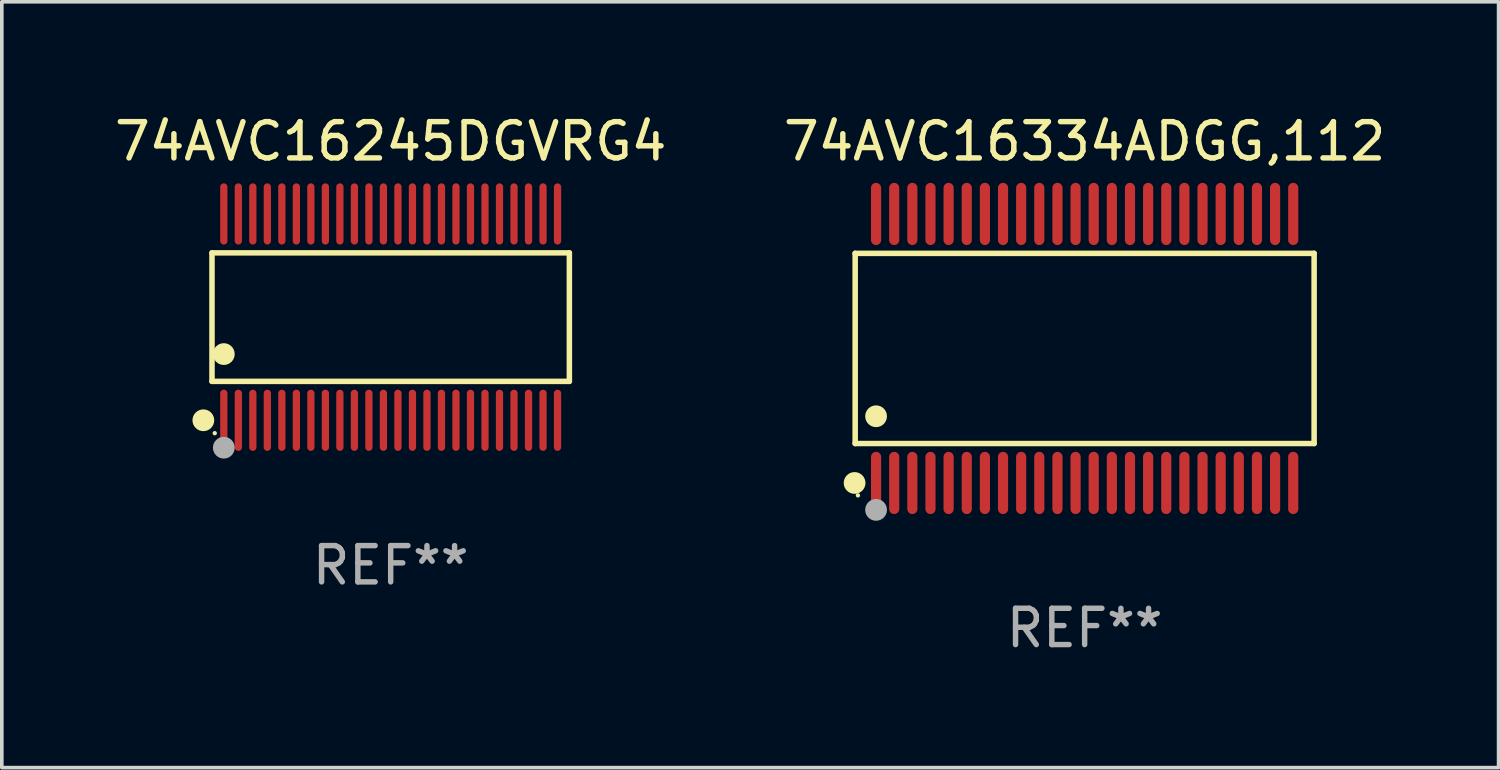
<source format=kicad_pcb>
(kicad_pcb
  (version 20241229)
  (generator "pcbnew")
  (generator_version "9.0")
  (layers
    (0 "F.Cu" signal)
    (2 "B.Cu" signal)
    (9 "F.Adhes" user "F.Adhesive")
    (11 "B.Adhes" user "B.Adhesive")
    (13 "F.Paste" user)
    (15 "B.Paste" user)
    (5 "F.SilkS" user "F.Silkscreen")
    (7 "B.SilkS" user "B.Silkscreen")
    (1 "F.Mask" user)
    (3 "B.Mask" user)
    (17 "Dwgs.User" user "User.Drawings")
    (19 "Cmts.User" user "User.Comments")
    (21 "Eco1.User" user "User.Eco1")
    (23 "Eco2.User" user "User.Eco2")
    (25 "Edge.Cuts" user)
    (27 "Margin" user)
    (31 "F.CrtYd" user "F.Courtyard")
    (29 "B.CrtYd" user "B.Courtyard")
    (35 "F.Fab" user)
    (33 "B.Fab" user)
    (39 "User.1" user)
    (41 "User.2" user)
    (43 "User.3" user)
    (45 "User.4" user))
  (footprint "74AVC16334ADGG,112"
    (layer "F.Cu")
    (at 26.851 6.556)
    (property "Reference" "74AVC16334ADGG,112" (at 0 -5.708 0) (layer "F.SilkS") (effects (font (size 1 1) (thickness 0.15))))
    (attr through_hole)
    (fp_line (start -6.326 -2.622) (end 6.326 -2.622) (stroke (width 0.152) (type solid)) (layer "F.SilkS"))
    (fp_line (start -6.326 2.621) (end -6.326 -2.622) (stroke (width 0.152) (type solid)) (layer "F.SilkS"))
    (fp_line (start 6.326 -2.622) (end 6.326 2.621) (stroke (width 0.152) (type solid)) (layer "F.SilkS"))
    (fp_line (start 6.326 2.621) (end -6.326 2.621) (stroke (width 0.152) (type solid)) (layer "F.SilkS"))
    (fp_circle (center -6.342 3.708) (end -6.192 3.708) (stroke (width 0.3) (type solid)) (fill no) (layer "F.SilkS"))
    (fp_circle (center -6.25 4.05) (end -6.22 4.05) (stroke (width 0.06) (type solid)) (fill no) (layer "F.SilkS"))
    (fp_circle (center -5.75 1.869) (end -5.6 1.869) (stroke (width 0.3) (type solid)) (fill no) (layer "F.SilkS"))
    (fp_circle (center -5.75 4.45) (end -5.6 4.45) (stroke (width 0.3) (type solid)) (fill no) (layer "F.Fab"))
    (fp_text user "REF**" (at 0 7.708 0) (layer "F.Fab") (effects (font (size 1 1) (thickness 0.15))))
    (pad "1" smd oval (at -5.75 3.708) (size 0.28 1.715) (layers "F.Cu" "F.Mask" "F.Paste"))
    (pad "2" smd oval (at -5.25 3.708) (size 0.28 1.715) (layers "F.Cu" "F.Mask" "F.Paste"))
    (pad "3" smd oval (at -4.75 3.708) (size 0.28 1.715) (layers "F.Cu" "F.Mask" "F.Paste"))
    (pad "4" smd oval (at -4.25 3.708) (size 0.28 1.715) (layers "F.Cu" "F.Mask" "F.Paste"))
    (pad "5" smd oval (at -3.75 3.708) (size 0.28 1.715) (layers "F.Cu" "F.Mask" "F.Paste"))
    (pad "6" smd oval (at -3.25 3.708) (size 0.28 1.715) (layers "F.Cu" "F.Mask" "F.Paste"))
    (pad "7" smd oval (at -2.75 3.708) (size 0.28 1.715) (layers "F.Cu" "F.Mask" "F.Paste"))
    (pad "8" smd oval (at -2.25 3.708) (size 0.28 1.715) (layers "F.Cu" "F.Mask" "F.Paste"))
    (pad "9" smd oval (at -1.75 3.708) (size 0.28 1.715) (layers "F.Cu" "F.Mask" "F.Paste"))
    (pad "10" smd oval (at -1.25 3.708) (size 0.28 1.715) (layers "F.Cu" "F.Mask" "F.Paste"))
    (pad "11" smd oval (at -0.75 3.708) (size 0.28 1.715) (layers "F.Cu" "F.Mask" "F.Paste"))
    (pad "12" smd oval (at -0.25 3.708) (size 0.28 1.715) (layers "F.Cu" "F.Mask" "F.Paste"))
    (pad "13" smd oval (at 0.25 3.708) (size 0.28 1.715) (layers "F.Cu" "F.Mask" "F.Paste"))
    (pad "14" smd oval (at 0.75 3.708) (size 0.28 1.715) (layers "F.Cu" "F.Mask" "F.Paste"))
    (pad "15" smd oval (at 1.25 3.708) (size 0.28 1.715) (layers "F.Cu" "F.Mask" "F.Paste"))
    (pad "16" smd oval (at 1.75 3.708) (size 0.28 1.715) (layers "F.Cu" "F.Mask" "F.Paste"))
    (pad "17" smd oval (at 2.25 3.708) (size 0.28 1.715) (layers "F.Cu" "F.Mask" "F.Paste"))
    (pad "18" smd oval (at 2.75 3.708) (size 0.28 1.715) (layers "F.Cu" "F.Mask" "F.Paste"))
    (pad "19" smd oval (at 3.25 3.708) (size 0.28 1.715) (layers "F.Cu" "F.Mask" "F.Paste"))
    (pad "20" smd oval (at 3.75 3.708) (size 0.28 1.715) (layers "F.Cu" "F.Mask" "F.Paste"))
    (pad "21" smd oval (at 4.25 3.708) (size 0.28 1.715) (layers "F.Cu" "F.Mask" "F.Paste"))
    (pad "22" smd oval (at 4.75 3.708) (size 0.28 1.715) (layers "F.Cu" "F.Mask" "F.Paste"))
    (pad "23" smd oval (at 5.25 3.708) (size 0.28 1.715) (layers "F.Cu" "F.Mask" "F.Paste"))
    (pad "24" smd oval (at 5.75 3.708) (size 0.28 1.715) (layers "F.Cu" "F.Mask" "F.Paste"))
    (pad "25" smd oval (at 5.75 -3.708) (size 0.28 1.715) (layers "F.Cu" "F.Mask" "F.Paste"))
    (pad "26" smd oval (at 5.25 -3.708) (size 0.28 1.715) (layers "F.Cu" "F.Mask" "F.Paste"))
    (pad "27" smd oval (at 4.75 -3.708) (size 0.28 1.715) (layers "F.Cu" "F.Mask" "F.Paste"))
    (pad "28" smd oval (at 4.25 -3.708) (size 0.28 1.715) (layers "F.Cu" "F.Mask" "F.Paste"))
    (pad "29" smd oval (at 3.75 -3.708) (size 0.28 1.715) (layers "F.Cu" "F.Mask" "F.Paste"))
    (pad "30" smd oval (at 3.25 -3.708) (size 0.28 1.715) (layers "F.Cu" "F.Mask" "F.Paste"))
    (pad "31" smd oval (at 2.75 -3.708) (size 0.28 1.715) (layers "F.Cu" "F.Mask" "F.Paste"))
    (pad "32" smd oval (at 2.25 -3.708) (size 0.28 1.715) (layers "F.Cu" "F.Mask" "F.Paste"))
    (pad "33" smd oval (at 1.75 -3.708) (size 0.28 1.715) (layers "F.Cu" "F.Mask" "F.Paste"))
    (pad "34" smd oval (at 1.25 -3.708) (size 0.28 1.715) (layers "F.Cu" "F.Mask" "F.Paste"))
    (pad "35" smd oval (at 0.75 -3.708) (size 0.28 1.715) (layers "F.Cu" "F.Mask" "F.Paste"))
    (pad "36" smd oval (at 0.25 -3.708) (size 0.28 1.715) (layers "F.Cu" "F.Mask" "F.Paste"))
    (pad "37" smd oval (at -0.25 -3.708) (size 0.28 1.715) (layers "F.Cu" "F.Mask" "F.Paste"))
    (pad "38" smd oval (at -0.75 -3.708) (size 0.28 1.715) (layers "F.Cu" "F.Mask" "F.Paste"))
    (pad "39" smd oval (at -1.25 -3.708) (size 0.28 1.715) (layers "F.Cu" "F.Mask" "F.Paste"))
    (pad "40" smd oval (at -1.75 -3.708) (size 0.28 1.715) (layers "F.Cu" "F.Mask" "F.Paste"))
    (pad "41" smd oval (at -2.25 -3.708) (size 0.28 1.715) (layers "F.Cu" "F.Mask" "F.Paste"))
    (pad "42" smd oval (at -2.75 -3.708) (size 0.28 1.715) (layers "F.Cu" "F.Mask" "F.Paste"))
    (pad "43" smd oval (at -3.25 -3.708) (size 0.28 1.715) (layers "F.Cu" "F.Mask" "F.Paste"))
    (pad "44" smd oval (at -3.75 -3.708) (size 0.28 1.715) (layers "F.Cu" "F.Mask" "F.Paste"))
    (pad "45" smd oval (at -4.25 -3.708) (size 0.28 1.715) (layers "F.Cu" "F.Mask" "F.Paste"))
    (pad "46" smd oval (at -4.75 -3.708) (size 0.28 1.715) (layers "F.Cu" "F.Mask" "F.Paste"))
    (pad "47" smd oval (at -5.25 -3.708) (size 0.28 1.715) (layers "F.Cu" "F.Mask" "F.Paste"))
    (pad "48" smd oval (at -5.75 -3.708) (size 0.28 1.715) (layers "F.Cu" "F.Mask" "F.Paste")))
  (footprint "74AVC16245DGVRG4"
    (layer "F.Cu")
    (at 7.72 5.692)
    (property "Reference" "74AVC16245DGVRG4" (at 0 -4.844 0) (layer "F.SilkS") (effects (font (size 1 1) (thickness 0.15))))
    (attr through_hole)
    (fp_line (start -4.926 -1.771) (end 4.926 -1.771) (stroke (width 0.152) (type solid)) (layer "F.SilkS"))
    (fp_line (start -4.926 1.771) (end -4.926 -1.771) (stroke (width 0.152) (type solid)) (layer "F.SilkS"))
    (fp_line (start 4.926 -1.771) (end 4.926 1.771) (stroke (width 0.152) (type solid)) (layer "F.SilkS"))
    (fp_line (start 4.926 1.771) (end -4.926 1.771) (stroke (width 0.152) (type solid)) (layer "F.SilkS"))
    (fp_circle (center -5.164 2.844) (end -5.014 2.844) (stroke (width 0.3) (type solid)) (fill no) (layer "F.SilkS"))
    (fp_circle (center -4.85 3.2) (end -4.82 3.2) (stroke (width 0.06) (type solid)) (fill no) (layer "F.SilkS"))
    (fp_circle (center -4.6 1.019) (end -4.45 1.019) (stroke (width 0.3) (type solid)) (fill no) (layer "F.SilkS"))
    (fp_circle (center -4.6 3.6) (end -4.45 3.6) (stroke (width 0.3) (type solid)) (fill no) (layer "F.Fab"))
    (fp_text user "REF**" (at 0 6.844 0) (layer "F.Fab") (effects (font (size 1 1) (thickness 0.15))))
    (pad "1" smd oval (at -4.6 2.844) (size 0.2 1.687) (layers "F.Cu" "F.Mask" "F.Paste"))
    (pad "2" smd oval (at -4.2 2.844) (size 0.2 1.687) (layers "F.Cu" "F.Mask" "F.Paste"))
    (pad "3" smd oval (at -3.8 2.844) (size 0.2 1.687) (layers "F.Cu" "F.Mask" "F.Paste"))
    (pad "4" smd oval (at -3.4 2.844) (size 0.2 1.687) (layers "F.Cu" "F.Mask" "F.Paste"))
    (pad "5" smd oval (at -3 2.844) (size 0.2 1.687) (layers "F.Cu" "F.Mask" "F.Paste"))
    (pad "6" smd oval (at -2.6 2.844) (size 0.2 1.687) (layers "F.Cu" "F.Mask" "F.Paste"))
    (pad "7" smd oval (at -2.2 2.844) (size 0.2 1.687) (layers "F.Cu" "F.Mask" "F.Paste"))
    (pad "8" smd oval (at -1.8 2.844) (size 0.2 1.687) (layers "F.Cu" "F.Mask" "F.Paste"))
    (pad "9" smd oval (at -1.4 2.844) (size 0.2 1.687) (layers "F.Cu" "F.Mask" "F.Paste"))
    (pad "10" smd oval (at -1 2.844) (size 0.2 1.687) (layers "F.Cu" "F.Mask" "F.Paste"))
    (pad "11" smd oval (at -0.6 2.844) (size 0.2 1.687) (layers "F.Cu" "F.Mask" "F.Paste"))
    (pad "12" smd oval (at -0.2 2.844) (size 0.2 1.687) (layers "F.Cu" "F.Mask" "F.Paste"))
    (pad "13" smd oval (at 0.2 2.844) (size 0.2 1.687) (layers "F.Cu" "F.Mask" "F.Paste"))
    (pad "14" smd oval (at 0.6 2.844) (size 0.2 1.687) (layers "F.Cu" "F.Mask" "F.Paste"))
    (pad "15" smd oval (at 1 2.844) (size 0.2 1.687) (layers "F.Cu" "F.Mask" "F.Paste"))
    (pad "16" smd oval (at 1.4 2.844) (size 0.2 1.687) (layers "F.Cu" "F.Mask" "F.Paste"))
    (pad "17" smd oval (at 1.8 2.844) (size 0.2 1.687) (layers "F.Cu" "F.Mask" "F.Paste"))
    (pad "18" smd oval (at 2.2 2.844) (size 0.2 1.687) (layers "F.Cu" "F.Mask" "F.Paste"))
    (pad "19" smd oval (at 2.6 2.844) (size 0.2 1.687) (layers "F.Cu" "F.Mask" "F.Paste"))
    (pad "20" smd oval (at 3 2.844) (size 0.2 1.687) (layers "F.Cu" "F.Mask" "F.Paste"))
    (pad "21" smd oval (at 3.4 2.844) (size 0.2 1.687) (layers "F.Cu" "F.Mask" "F.Paste"))
    (pad "22" smd oval (at 3.8 2.844) (size 0.2 1.687) (layers "F.Cu" "F.Mask" "F.Paste"))
    (pad "23" smd oval (at 4.2 2.844) (size 0.2 1.687) (layers "F.Cu" "F.Mask" "F.Paste"))
    (pad "24" smd oval (at 4.6 2.844) (size 0.2 1.687) (layers "F.Cu" "F.Mask" "F.Paste"))
    (pad "25" smd oval (at 4.6 -2.844) (size 0.2 1.687) (layers "F.Cu" "F.Mask" "F.Paste"))
    (pad "26" smd oval (at 4.2 -2.844) (size 0.2 1.687) (layers "F.Cu" "F.Mask" "F.Paste"))
    (pad "27" smd oval (at 3.8 -2.844) (size 0.2 1.687) (layers "F.Cu" "F.Mask" "F.Paste"))
    (pad "28" smd oval (at 3.4 -2.844) (size 0.2 1.687) (layers "F.Cu" "F.Mask" "F.Paste"))
    (pad "29" smd oval (at 3 -2.844) (size 0.2 1.687) (layers "F.Cu" "F.Mask" "F.Paste"))
    (pad "30" smd oval (at 2.6 -2.844) (size 0.2 1.687) (layers "F.Cu" "F.Mask" "F.Paste"))
    (pad "31" smd oval (at 2.2 -2.844) (size 0.2 1.687) (layers "F.Cu" "F.Mask" "F.Paste"))
    (pad "32" smd oval (at 1.8 -2.844) (size 0.2 1.687) (layers "F.Cu" "F.Mask" "F.Paste"))
    (pad "33" smd oval (at 1.4 -2.844) (size 0.2 1.687) (layers "F.Cu" "F.Mask" "F.Paste"))
    (pad "34" smd oval (at 1 -2.844) (size 0.2 1.687) (layers "F.Cu" "F.Mask" "F.Paste"))
    (pad "35" smd oval (at 0.6 -2.844) (size 0.2 1.687) (layers "F.Cu" "F.Mask" "F.Paste"))
    (pad "36" smd oval (at 0.2 -2.844) (size 0.2 1.687) (layers "F.Cu" "F.Mask" "F.Paste"))
    (pad "37" smd oval (at -0.2 -2.844) (size 0.2 1.687) (layers "F.Cu" "F.Mask" "F.Paste"))
    (pad "38" smd oval (at -0.6 -2.844) (size 0.2 1.687) (layers "F.Cu" "F.Mask" "F.Paste"))
    (pad "39" smd oval (at -1 -2.844) (size 0.2 1.687) (layers "F.Cu" "F.Mask" "F.Paste"))
    (pad "40" smd oval (at -1.4 -2.844) (size 0.2 1.687) (layers "F.Cu" "F.Mask" "F.Paste"))
    (pad "41" smd oval (at -1.8 -2.844) (size 0.2 1.687) (layers "F.Cu" "F.Mask" "F.Paste"))
    (pad "42" smd oval (at -2.2 -2.844) (size 0.2 1.687) (layers "F.Cu" "F.Mask" "F.Paste"))
    (pad "43" smd oval (at -2.6 -2.844) (size 0.2 1.687) (layers "F.Cu" "F.Mask" "F.Paste"))
    (pad "44" smd oval (at -3 -2.844) (size 0.2 1.687) (layers "F.Cu" "F.Mask" "F.Paste"))
    (pad "45" smd oval (at -3.4 -2.844) (size 0.2 1.687) (layers "F.Cu" "F.Mask" "F.Paste"))
    (pad "46" smd oval (at -3.8 -2.844) (size 0.2 1.687) (layers "F.Cu" "F.Mask" "F.Paste"))
    (pad "47" smd oval (at -4.2 -2.844) (size 0.2 1.687) (layers "F.Cu" "F.Mask" "F.Paste"))
    (pad "48" smd oval (at -4.6 -2.844) (size 0.2 1.687) (layers "F.Cu" "F.Mask" "F.Paste")))
  (gr_rect
    (start -3 -3)
    (end 38.262 18.112)
    (stroke (width 0.1) (type default))
    (fill no)
    (layer "Edge.Cuts")))
</source>
